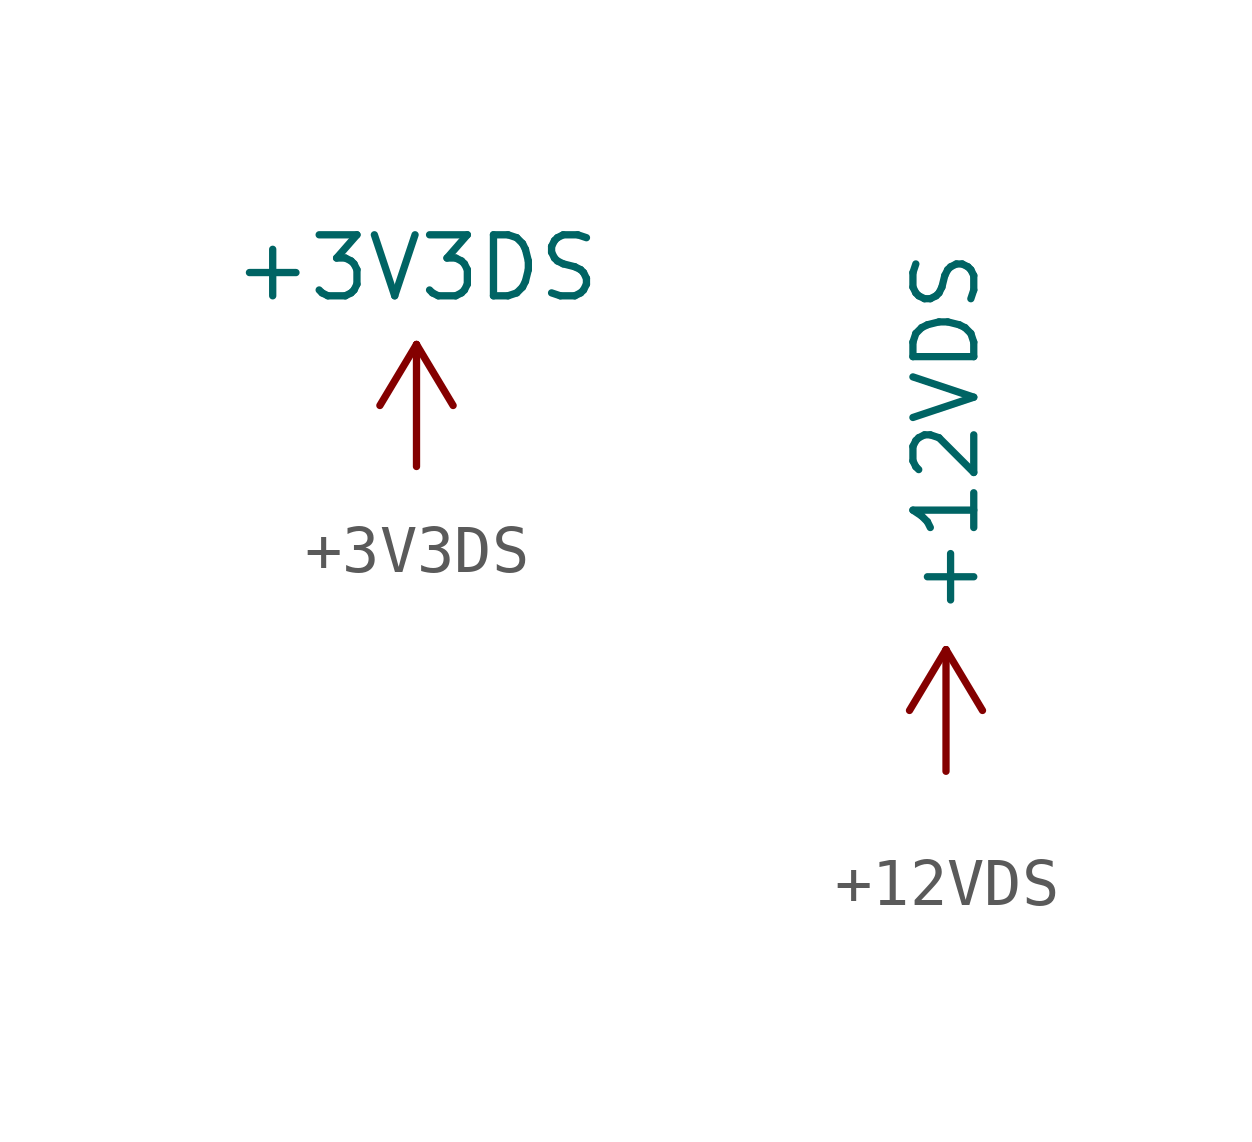
<source format=kicad_sym>
(kicad_symbol_lib
  (version 20220914)
  (generator kicad_symbol_editor)
  (symbol "+3V3DS"
    (power)
    (pin_names
      (offset 0))
    (property "Reference" "#PWR"
      (at 0 -3.81 0)
      (effects (font (size 1.27 1.27)) hide))
    (property "Value" "+3V3DS"
      (at 0 4.133 0)
      (effects (font (size 1.27 1.27))))
    (symbol "+3V3DS_0_1"
      (polyline (pts (xy -0.762 1.27) (xy 0 2.54)) (stroke (width 0) (type default)) (fill (type none)))
      (polyline (pts (xy 0 0) (xy 0 2.54)) (stroke (width 0) (type default)) (fill (type none)))
      (polyline (pts (xy 0 2.54) (xy 0.762 1.27)) (stroke (width 0) (type default)) (fill (type none))))
    (symbol "+3V3DS_1_1"
      (pin power_in line (at 0 0 90) (length 0) hide (name "+3V3DS" (effects (font (size 1.27 1.27)))) (number "1" (effects (font (size 1.27 1.27)))))))
  (symbol "+12VDS"
    (power)
    (pin_names
      (offset 0))
    (property "Reference" "#PWR"
      (at 0 -3.81 0)
      (effects (font (size 1.27 1.27)) hide))
    (property "Value" "+12VDS"
      (at 0 3.175 90)
      (effects (font (size 1.27 1.27)) (justify left)))
    (symbol "+12VDS_0_1"
      (polyline (pts (xy -0.762 1.27) (xy 0 2.54)) (stroke (width 0) (type default)) (fill (type none)))
      (polyline (pts (xy 0 0) (xy 0 2.54)) (stroke (width 0) (type default)) (fill (type none)))
      (polyline (pts (xy 0 2.54) (xy 0.762 1.27)) (stroke (width 0) (type default)) (fill (type none))))
    (symbol "+12VDS_1_1"
      (pin power_in line (at 0 0 90) (length 0) hide (name "+12VDS" (effects (font (size 1.27 1.27)))) (number "1" (effects (font (size 1.27 1.27))))))))
</source>
